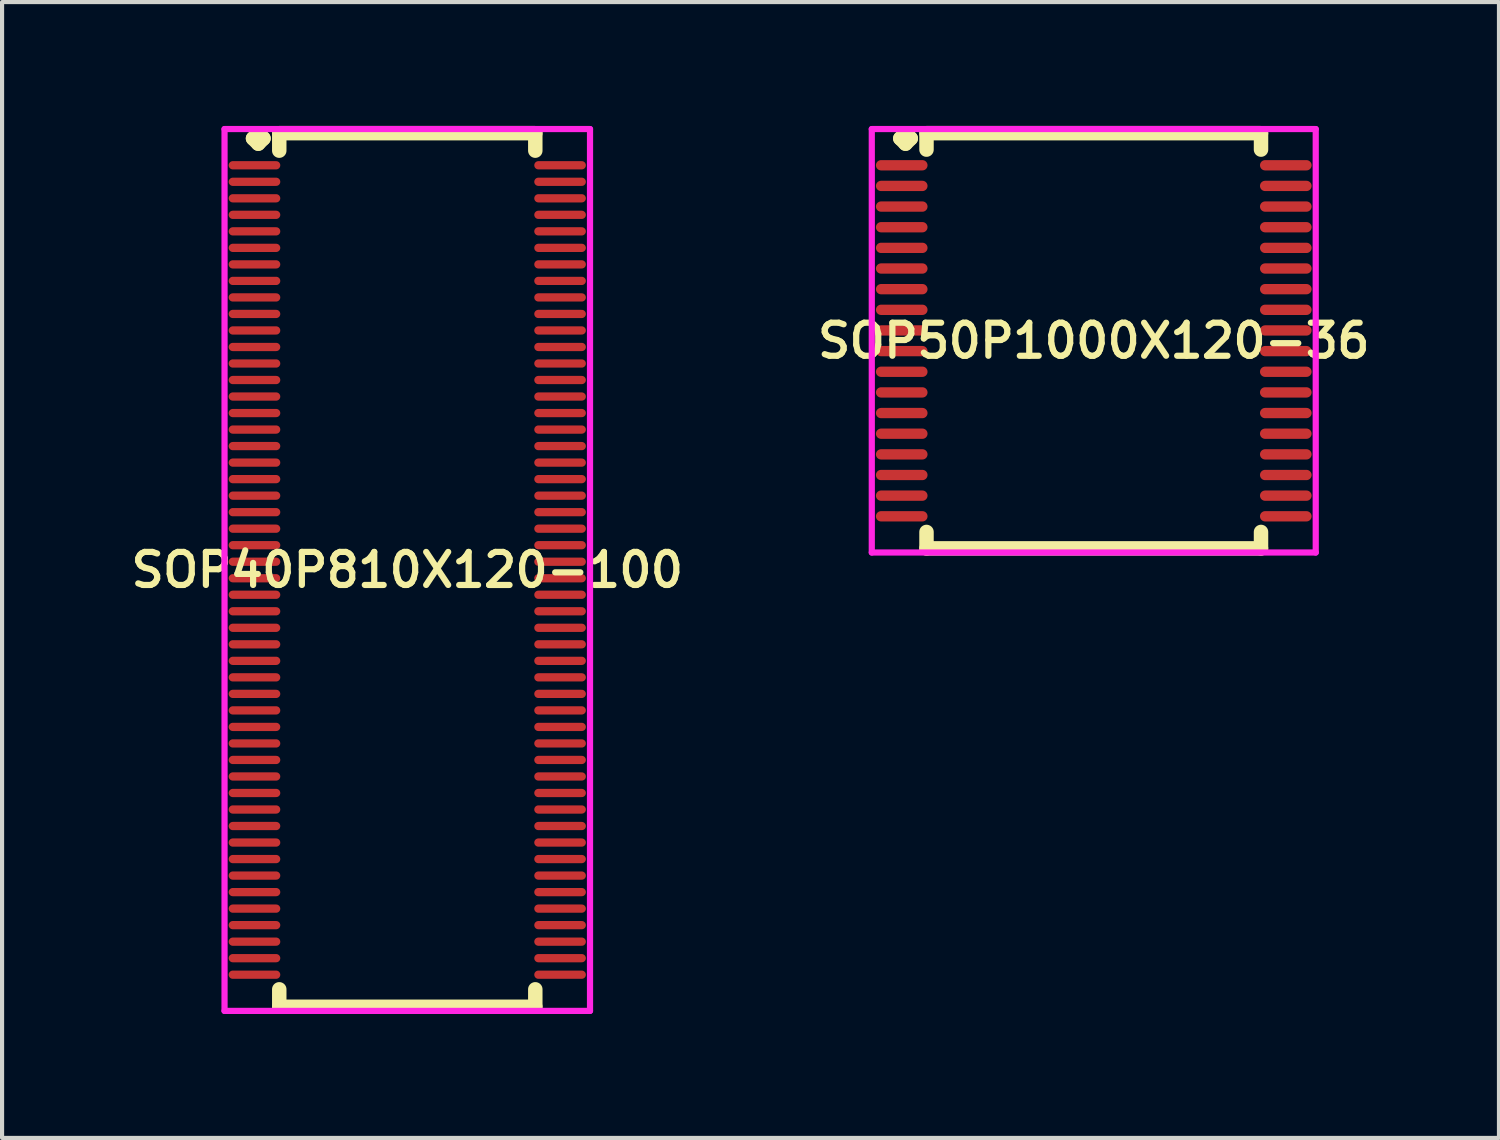
<source format=kicad_pcb>
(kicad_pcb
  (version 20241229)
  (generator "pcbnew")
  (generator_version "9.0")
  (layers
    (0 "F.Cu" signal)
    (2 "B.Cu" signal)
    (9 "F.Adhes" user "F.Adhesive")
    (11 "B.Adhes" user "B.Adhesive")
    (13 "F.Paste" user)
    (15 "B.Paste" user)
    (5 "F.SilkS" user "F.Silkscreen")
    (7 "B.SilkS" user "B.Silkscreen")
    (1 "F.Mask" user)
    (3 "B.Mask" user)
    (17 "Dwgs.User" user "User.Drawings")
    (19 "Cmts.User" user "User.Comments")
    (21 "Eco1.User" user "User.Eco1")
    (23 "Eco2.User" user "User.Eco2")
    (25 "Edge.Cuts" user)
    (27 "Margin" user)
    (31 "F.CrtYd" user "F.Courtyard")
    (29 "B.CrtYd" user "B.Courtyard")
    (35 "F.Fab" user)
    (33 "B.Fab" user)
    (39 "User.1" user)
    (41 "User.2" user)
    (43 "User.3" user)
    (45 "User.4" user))
  (footprint "SOP40P810X120-100"
    (layer "F.Cu")
    (at 6.812 10.752)
    (property "Reference" "SOP40P810X120-100" (at 0 0 0) (layer "F.SilkS") (effects (font (size 0.8 0.8) (thickness 0.15))))
    (attr smd)
    (fp_line (start -3.735 -10.45) (end -3.608 -10.577) (stroke (width 0.35) (type solid)) (layer "F.SilkS"))
    (fp_line (start -3.608 -10.577) (end -3.481 -10.45) (stroke (width 0.35) (type solid)) (layer "F.SilkS"))
    (fp_line (start -3.608 -10.323) (end -3.735 -10.45) (stroke (width 0.35) (type solid)) (layer "F.SilkS"))
    (fp_line (start -3.481 -10.45) (end -3.608 -10.323) (stroke (width 0.35) (type solid)) (layer "F.SilkS"))
    (fp_line (start -3.1 -10.577) (end 3.1 -10.577) (stroke (width 0.35) (type solid)) (layer "F.SilkS"))
    (fp_line (start -3.1 -10.154) (end -3.1 -10.577) (stroke (width 0.35) (type solid)) (layer "F.SilkS"))
    (fp_line (start -3.1 10.154) (end -3.1 10.577) (stroke (width 0.35) (type solid)) (layer "F.SilkS"))
    (fp_line (start -3.1 10.577) (end 3.1 10.577) (stroke (width 0.35) (type solid)) (layer "F.SilkS"))
    (fp_line (start 3.1 -10.577) (end 3.1 -10.154) (stroke (width 0.35) (type solid)) (layer "F.SilkS"))
    (fp_line (start 3.1 10.577) (end 3.1 10.154) (stroke (width 0.35) (type solid)) (layer "F.SilkS"))
    (fp_line (start -4.425 -10.677) (end 4.425 -10.677) (stroke (width 0.15) (type solid)) (layer "F.CrtYd"))
    (fp_line (start -4.425 10.677) (end -4.425 -10.677) (stroke (width 0.15) (type solid)) (layer "F.CrtYd"))
    (fp_line (start 4.425 -10.677) (end 4.425 10.677) (stroke (width 0.15) (type solid)) (layer "F.CrtYd"))
    (fp_line (start 4.425 10.677) (end -4.425 10.677) (stroke (width 0.15) (type solid)) (layer "F.CrtYd"))
    (pad "1" smd oval (at -3.7 -9.8) (size 1.25 0.2) (layers "F.Cu" "F.Mask" "F.Paste"))
    (pad "2" smd oval (at -3.7 -9.4) (size 1.25 0.2) (layers "F.Cu" "F.Mask" "F.Paste"))
    (pad "3" smd oval (at -3.7 -9) (size 1.25 0.2) (layers "F.Cu" "F.Mask" "F.Paste"))
    (pad "4" smd oval (at -3.7 -8.6) (size 1.25 0.2) (layers "F.Cu" "F.Mask" "F.Paste"))
    (pad "5" smd oval (at -3.7 -8.2) (size 1.25 0.2) (layers "F.Cu" "F.Mask" "F.Paste"))
    (pad "6" smd oval (at -3.7 -7.8) (size 1.25 0.2) (layers "F.Cu" "F.Mask" "F.Paste"))
    (pad "7" smd oval (at -3.7 -7.4) (size 1.25 0.2) (layers "F.Cu" "F.Mask" "F.Paste"))
    (pad "8" smd oval (at -3.7 -7) (size 1.25 0.2) (layers "F.Cu" "F.Mask" "F.Paste"))
    (pad "9" smd oval (at -3.7 -6.6) (size 1.25 0.2) (layers "F.Cu" "F.Mask" "F.Paste"))
    (pad "10" smd oval (at -3.7 -6.2) (size 1.25 0.2) (layers "F.Cu" "F.Mask" "F.Paste"))
    (pad "11" smd oval (at -3.7 -5.8) (size 1.25 0.2) (layers "F.Cu" "F.Mask" "F.Paste"))
    (pad "12" smd oval (at -3.7 -5.4) (size 1.25 0.2) (layers "F.Cu" "F.Mask" "F.Paste"))
    (pad "13" smd oval (at -3.7 -5) (size 1.25 0.2) (layers "F.Cu" "F.Mask" "F.Paste"))
    (pad "14" smd oval (at -3.7 -4.6) (size 1.25 0.2) (layers "F.Cu" "F.Mask" "F.Paste"))
    (pad "15" smd oval (at -3.7 -4.2) (size 1.25 0.2) (layers "F.Cu" "F.Mask" "F.Paste"))
    (pad "16" smd oval (at -3.7 -3.8) (size 1.25 0.2) (layers "F.Cu" "F.Mask" "F.Paste"))
    (pad "17" smd oval (at -3.7 -3.4) (size 1.25 0.2) (layers "F.Cu" "F.Mask" "F.Paste"))
    (pad "18" smd oval (at -3.7 -3) (size 1.25 0.2) (layers "F.Cu" "F.Mask" "F.Paste"))
    (pad "19" smd oval (at -3.7 -2.6) (size 1.25 0.2) (layers "F.Cu" "F.Mask" "F.Paste"))
    (pad "20" smd oval (at -3.7 -2.2) (size 1.25 0.2) (layers "F.Cu" "F.Mask" "F.Paste"))
    (pad "21" smd oval (at -3.7 -1.8) (size 1.25 0.2) (layers "F.Cu" "F.Mask" "F.Paste"))
    (pad "22" smd oval (at -3.7 -1.4) (size 1.25 0.2) (layers "F.Cu" "F.Mask" "F.Paste"))
    (pad "23" smd oval (at -3.7 -1) (size 1.25 0.2) (layers "F.Cu" "F.Mask" "F.Paste"))
    (pad "24" smd oval (at -3.7 -0.6) (size 1.25 0.2) (layers "F.Cu" "F.Mask" "F.Paste"))
    (pad "25" smd oval (at -3.7 -0.2) (size 1.25 0.2) (layers "F.Cu" "F.Mask" "F.Paste"))
    (pad "26" smd oval (at -3.7 0.2) (size 1.25 0.2) (layers "F.Cu" "F.Mask" "F.Paste"))
    (pad "27" smd oval (at -3.7 0.6) (size 1.25 0.2) (layers "F.Cu" "F.Mask" "F.Paste"))
    (pad "28" smd oval (at -3.7 1) (size 1.25 0.2) (layers "F.Cu" "F.Mask" "F.Paste"))
    (pad "29" smd oval (at -3.7 1.4) (size 1.25 0.2) (layers "F.Cu" "F.Mask" "F.Paste"))
    (pad "30" smd oval (at -3.7 1.8) (size 1.25 0.2) (layers "F.Cu" "F.Mask" "F.Paste"))
    (pad "31" smd oval (at -3.7 2.2) (size 1.25 0.2) (layers "F.Cu" "F.Mask" "F.Paste"))
    (pad "32" smd oval (at -3.7 2.6) (size 1.25 0.2) (layers "F.Cu" "F.Mask" "F.Paste"))
    (pad "33" smd oval (at -3.7 3) (size 1.25 0.2) (layers "F.Cu" "F.Mask" "F.Paste"))
    (pad "34" smd oval (at -3.7 3.4) (size 1.25 0.2) (layers "F.Cu" "F.Mask" "F.Paste"))
    (pad "35" smd oval (at -3.7 3.8) (size 1.25 0.2) (layers "F.Cu" "F.Mask" "F.Paste"))
    (pad "36" smd oval (at -3.7 4.2) (size 1.25 0.2) (layers "F.Cu" "F.Mask" "F.Paste"))
    (pad "37" smd oval (at -3.7 4.6) (size 1.25 0.2) (layers "F.Cu" "F.Mask" "F.Paste"))
    (pad "38" smd oval (at -3.7 5) (size 1.25 0.2) (layers "F.Cu" "F.Mask" "F.Paste"))
    (pad "39" smd oval (at -3.7 5.4) (size 1.25 0.2) (layers "F.Cu" "F.Mask" "F.Paste"))
    (pad "40" smd oval (at -3.7 5.8) (size 1.25 0.2) (layers "F.Cu" "F.Mask" "F.Paste"))
    (pad "41" smd oval (at -3.7 6.2) (size 1.25 0.2) (layers "F.Cu" "F.Mask" "F.Paste"))
    (pad "42" smd oval (at -3.7 6.6) (size 1.25 0.2) (layers "F.Cu" "F.Mask" "F.Paste"))
    (pad "43" smd oval (at -3.7 7) (size 1.25 0.2) (layers "F.Cu" "F.Mask" "F.Paste"))
    (pad "44" smd oval (at -3.7 7.4) (size 1.25 0.2) (layers "F.Cu" "F.Mask" "F.Paste"))
    (pad "45" smd oval (at -3.7 7.8) (size 1.25 0.2) (layers "F.Cu" "F.Mask" "F.Paste"))
    (pad "46" smd oval (at -3.7 8.2) (size 1.25 0.2) (layers "F.Cu" "F.Mask" "F.Paste"))
    (pad "47" smd oval (at -3.7 8.6) (size 1.25 0.2) (layers "F.Cu" "F.Mask" "F.Paste"))
    (pad "48" smd oval (at -3.7 9) (size 1.25 0.2) (layers "F.Cu" "F.Mask" "F.Paste"))
    (pad "49" smd oval (at -3.7 9.4) (size 1.25 0.2) (layers "F.Cu" "F.Mask" "F.Paste"))
    (pad "50" smd oval (at -3.7 9.8) (size 1.25 0.2) (layers "F.Cu" "F.Mask" "F.Paste"))
    (pad "51" smd oval (at 3.7 9.8) (size 1.25 0.2) (layers "F.Cu" "F.Mask" "F.Paste"))
    (pad "52" smd oval (at 3.7 9.4) (size 1.25 0.2) (layers "F.Cu" "F.Mask" "F.Paste"))
    (pad "53" smd oval (at 3.7 9) (size 1.25 0.2) (layers "F.Cu" "F.Mask" "F.Paste"))
    (pad "54" smd oval (at 3.7 8.6) (size 1.25 0.2) (layers "F.Cu" "F.Mask" "F.Paste"))
    (pad "55" smd oval (at 3.7 8.2) (size 1.25 0.2) (layers "F.Cu" "F.Mask" "F.Paste"))
    (pad "56" smd oval (at 3.7 7.8) (size 1.25 0.2) (layers "F.Cu" "F.Mask" "F.Paste"))
    (pad "57" smd oval (at 3.7 7.4) (size 1.25 0.2) (layers "F.Cu" "F.Mask" "F.Paste"))
    (pad "58" smd oval (at 3.7 7) (size 1.25 0.2) (layers "F.Cu" "F.Mask" "F.Paste"))
    (pad "59" smd oval (at 3.7 6.6) (size 1.25 0.2) (layers "F.Cu" "F.Mask" "F.Paste"))
    (pad "60" smd oval (at 3.7 6.2) (size 1.25 0.2) (layers "F.Cu" "F.Mask" "F.Paste"))
    (pad "61" smd oval (at 3.7 5.8) (size 1.25 0.2) (layers "F.Cu" "F.Mask" "F.Paste"))
    (pad "62" smd oval (at 3.7 5.4) (size 1.25 0.2) (layers "F.Cu" "F.Mask" "F.Paste"))
    (pad "63" smd oval (at 3.7 5) (size 1.25 0.2) (layers "F.Cu" "F.Mask" "F.Paste"))
    (pad "64" smd oval (at 3.7 4.6) (size 1.25 0.2) (layers "F.Cu" "F.Mask" "F.Paste"))
    (pad "65" smd oval (at 3.7 4.2) (size 1.25 0.2) (layers "F.Cu" "F.Mask" "F.Paste"))
    (pad "66" smd oval (at 3.7 3.8) (size 1.25 0.2) (layers "F.Cu" "F.Mask" "F.Paste"))
    (pad "67" smd oval (at 3.7 3.4) (size 1.25 0.2) (layers "F.Cu" "F.Mask" "F.Paste"))
    (pad "68" smd oval (at 3.7 3) (size 1.25 0.2) (layers "F.Cu" "F.Mask" "F.Paste"))
    (pad "69" smd oval (at 3.7 2.6) (size 1.25 0.2) (layers "F.Cu" "F.Mask" "F.Paste"))
    (pad "70" smd oval (at 3.7 2.2) (size 1.25 0.2) (layers "F.Cu" "F.Mask" "F.Paste"))
    (pad "71" smd oval (at 3.7 1.8) (size 1.25 0.2) (layers "F.Cu" "F.Mask" "F.Paste"))
    (pad "72" smd oval (at 3.7 1.4) (size 1.25 0.2) (layers "F.Cu" "F.Mask" "F.Paste"))
    (pad "73" smd oval (at 3.7 1) (size 1.25 0.2) (layers "F.Cu" "F.Mask" "F.Paste"))
    (pad "74" smd oval (at 3.7 0.6) (size 1.25 0.2) (layers "F.Cu" "F.Mask" "F.Paste"))
    (pad "75" smd oval (at 3.7 0.2) (size 1.25 0.2) (layers "F.Cu" "F.Mask" "F.Paste"))
    (pad "76" smd oval (at 3.7 -0.2) (size 1.25 0.2) (layers "F.Cu" "F.Mask" "F.Paste"))
    (pad "77" smd oval (at 3.7 -0.6) (size 1.25 0.2) (layers "F.Cu" "F.Mask" "F.Paste"))
    (pad "78" smd oval (at 3.7 -1) (size 1.25 0.2) (layers "F.Cu" "F.Mask" "F.Paste"))
    (pad "79" smd oval (at 3.7 -1.4) (size 1.25 0.2) (layers "F.Cu" "F.Mask" "F.Paste"))
    (pad "80" smd oval (at 3.7 -1.8) (size 1.25 0.2) (layers "F.Cu" "F.Mask" "F.Paste"))
    (pad "81" smd oval (at 3.7 -2.2) (size 1.25 0.2) (layers "F.Cu" "F.Mask" "F.Paste"))
    (pad "82" smd oval (at 3.7 -2.6) (size 1.25 0.2) (layers "F.Cu" "F.Mask" "F.Paste"))
    (pad "83" smd oval (at 3.7 -3) (size 1.25 0.2) (layers "F.Cu" "F.Mask" "F.Paste"))
    (pad "84" smd oval (at 3.7 -3.4) (size 1.25 0.2) (layers "F.Cu" "F.Mask" "F.Paste"))
    (pad "85" smd oval (at 3.7 -3.8) (size 1.25 0.2) (layers "F.Cu" "F.Mask" "F.Paste"))
    (pad "86" smd oval (at 3.7 -4.2) (size 1.25 0.2) (layers "F.Cu" "F.Mask" "F.Paste"))
    (pad "87" smd oval (at 3.7 -4.6) (size 1.25 0.2) (layers "F.Cu" "F.Mask" "F.Paste"))
    (pad "88" smd oval (at 3.7 -5) (size 1.25 0.2) (layers "F.Cu" "F.Mask" "F.Paste"))
    (pad "89" smd oval (at 3.7 -5.4) (size 1.25 0.2) (layers "F.Cu" "F.Mask" "F.Paste"))
    (pad "90" smd oval (at 3.7 -5.8) (size 1.25 0.2) (layers "F.Cu" "F.Mask" "F.Paste"))
    (pad "91" smd oval (at 3.7 -6.2) (size 1.25 0.2) (layers "F.Cu" "F.Mask" "F.Paste"))
    (pad "92" smd oval (at 3.7 -6.6) (size 1.25 0.2) (layers "F.Cu" "F.Mask" "F.Paste"))
    (pad "93" smd oval (at 3.7 -7) (size 1.25 0.2) (layers "F.Cu" "F.Mask" "F.Paste"))
    (pad "94" smd oval (at 3.7 -7.4) (size 1.25 0.2) (layers "F.Cu" "F.Mask" "F.Paste"))
    (pad "95" smd oval (at 3.7 -7.8) (size 1.25 0.2) (layers "F.Cu" "F.Mask" "F.Paste"))
    (pad "96" smd oval (at 3.7 -8.2) (size 1.25 0.2) (layers "F.Cu" "F.Mask" "F.Paste"))
    (pad "97" smd oval (at 3.7 -8.6) (size 1.25 0.2) (layers "F.Cu" "F.Mask" "F.Paste"))
    (pad "98" smd oval (at 3.7 -9) (size 1.25 0.2) (layers "F.Cu" "F.Mask" "F.Paste"))
    (pad "99" smd oval (at 3.7 -9.4) (size 1.25 0.2) (layers "F.Cu" "F.Mask" "F.Paste"))
    (pad "100" smd oval (at 3.7 -9.8) (size 1.25 0.2) (layers "F.Cu" "F.Mask" "F.Paste")))
  (footprint "SOP50P1000X120-36"
    (layer "F.Cu")
    (at 23.435 5.202)
    (property "Reference" "SOP50P1000X120-36" (at 0 0 0) (layer "F.SilkS") (effects (font (size 0.8 0.8) (thickness 0.15))))
    (attr smd)
    (fp_line (start -4.685 -4.9) (end -4.558 -5.027) (stroke (width 0.35) (type solid)) (layer "F.SilkS"))
    (fp_line (start -4.558 -5.027) (end -4.431 -4.9) (stroke (width 0.35) (type solid)) (layer "F.SilkS"))
    (fp_line (start -4.558 -4.773) (end -4.685 -4.9) (stroke (width 0.35) (type solid)) (layer "F.SilkS"))
    (fp_line (start -4.431 -4.9) (end -4.558 -4.773) (stroke (width 0.35) (type solid)) (layer "F.SilkS"))
    (fp_line (start -4.05 -5.027) (end 4.05 -5.027) (stroke (width 0.35) (type solid)) (layer "F.SilkS"))
    (fp_line (start -4.05 -4.629) (end -4.05 -5.027) (stroke (width 0.35) (type solid)) (layer "F.SilkS"))
    (fp_line (start -4.05 4.629) (end -4.05 5.027) (stroke (width 0.35) (type solid)) (layer "F.SilkS"))
    (fp_line (start -4.05 5.027) (end 4.05 5.027) (stroke (width 0.35) (type solid)) (layer "F.SilkS"))
    (fp_line (start 4.05 -5.027) (end 4.05 -4.629) (stroke (width 0.35) (type solid)) (layer "F.SilkS"))
    (fp_line (start 4.05 5.027) (end 4.05 4.629) (stroke (width 0.35) (type solid)) (layer "F.SilkS"))
    (fp_line (start -5.375 -5.127) (end 5.375 -5.127) (stroke (width 0.15) (type solid)) (layer "F.CrtYd"))
    (fp_line (start -5.375 5.127) (end -5.375 -5.127) (stroke (width 0.15) (type solid)) (layer "F.CrtYd"))
    (fp_line (start 5.375 -5.127) (end 5.375 5.127) (stroke (width 0.15) (type solid)) (layer "F.CrtYd"))
    (fp_line (start 5.375 5.127) (end -5.375 5.127) (stroke (width 0.15) (type solid)) (layer "F.CrtYd"))
    (pad "1" smd oval (at -4.65 -4.25) (size 1.25 0.25) (layers "F.Cu" "F.Mask" "F.Paste"))
    (pad "2" smd oval (at -4.65 -3.75) (size 1.25 0.25) (layers "F.Cu" "F.Mask" "F.Paste"))
    (pad "3" smd oval (at -4.65 -3.25) (size 1.25 0.25) (layers "F.Cu" "F.Mask" "F.Paste"))
    (pad "4" smd oval (at -4.65 -2.75) (size 1.25 0.25) (layers "F.Cu" "F.Mask" "F.Paste"))
    (pad "5" smd oval (at -4.65 -2.25) (size 1.25 0.25) (layers "F.Cu" "F.Mask" "F.Paste"))
    (pad "6" smd oval (at -4.65 -1.75) (size 1.25 0.25) (layers "F.Cu" "F.Mask" "F.Paste"))
    (pad "7" smd oval (at -4.65 -1.25) (size 1.25 0.25) (layers "F.Cu" "F.Mask" "F.Paste"))
    (pad "8" smd oval (at -4.65 -0.75) (size 1.25 0.25) (layers "F.Cu" "F.Mask" "F.Paste"))
    (pad "9" smd oval (at -4.65 -0.25) (size 1.25 0.25) (layers "F.Cu" "F.Mask" "F.Paste"))
    (pad "10" smd oval (at -4.65 0.25) (size 1.25 0.25) (layers "F.Cu" "F.Mask" "F.Paste"))
    (pad "11" smd oval (at -4.65 0.75) (size 1.25 0.25) (layers "F.Cu" "F.Mask" "F.Paste"))
    (pad "12" smd oval (at -4.65 1.25) (size 1.25 0.25) (layers "F.Cu" "F.Mask" "F.Paste"))
    (pad "13" smd oval (at -4.65 1.75) (size 1.25 0.25) (layers "F.Cu" "F.Mask" "F.Paste"))
    (pad "14" smd oval (at -4.65 2.25) (size 1.25 0.25) (layers "F.Cu" "F.Mask" "F.Paste"))
    (pad "15" smd oval (at -4.65 2.75) (size 1.25 0.25) (layers "F.Cu" "F.Mask" "F.Paste"))
    (pad "16" smd oval (at -4.65 3.25) (size 1.25 0.25) (layers "F.Cu" "F.Mask" "F.Paste"))
    (pad "17" smd oval (at -4.65 3.75) (size 1.25 0.25) (layers "F.Cu" "F.Mask" "F.Paste"))
    (pad "18" smd oval (at -4.65 4.25) (size 1.25 0.25) (layers "F.Cu" "F.Mask" "F.Paste"))
    (pad "19" smd oval (at 4.65 4.25) (size 1.25 0.25) (layers "F.Cu" "F.Mask" "F.Paste"))
    (pad "20" smd oval (at 4.65 3.75) (size 1.25 0.25) (layers "F.Cu" "F.Mask" "F.Paste"))
    (pad "21" smd oval (at 4.65 3.25) (size 1.25 0.25) (layers "F.Cu" "F.Mask" "F.Paste"))
    (pad "22" smd oval (at 4.65 2.75) (size 1.25 0.25) (layers "F.Cu" "F.Mask" "F.Paste"))
    (pad "23" smd oval (at 4.65 2.25) (size 1.25 0.25) (layers "F.Cu" "F.Mask" "F.Paste"))
    (pad "24" smd oval (at 4.65 1.75) (size 1.25 0.25) (layers "F.Cu" "F.Mask" "F.Paste"))
    (pad "25" smd oval (at 4.65 1.25) (size 1.25 0.25) (layers "F.Cu" "F.Mask" "F.Paste"))
    (pad "26" smd oval (at 4.65 0.75) (size 1.25 0.25) (layers "F.Cu" "F.Mask" "F.Paste"))
    (pad "27" smd oval (at 4.65 0.25) (size 1.25 0.25) (layers "F.Cu" "F.Mask" "F.Paste"))
    (pad "28" smd oval (at 4.65 -0.25) (size 1.25 0.25) (layers "F.Cu" "F.Mask" "F.Paste"))
    (pad "29" smd oval (at 4.65 -0.75) (size 1.25 0.25) (layers "F.Cu" "F.Mask" "F.Paste"))
    (pad "30" smd oval (at 4.65 -1.25) (size 1.25 0.25) (layers "F.Cu" "F.Mask" "F.Paste"))
    (pad "31" smd oval (at 4.65 -1.75) (size 1.25 0.25) (layers "F.Cu" "F.Mask" "F.Paste"))
    (pad "32" smd oval (at 4.65 -2.25) (size 1.25 0.25) (layers "F.Cu" "F.Mask" "F.Paste"))
    (pad "33" smd oval (at 4.65 -2.75) (size 1.25 0.25) (layers "F.Cu" "F.Mask" "F.Paste"))
    (pad "34" smd oval (at 4.65 -3.25) (size 1.25 0.25) (layers "F.Cu" "F.Mask" "F.Paste"))
    (pad "35" smd oval (at 4.65 -3.75) (size 1.25 0.25) (layers "F.Cu" "F.Mask" "F.Paste"))
    (pad "36" smd oval (at 4.65 -4.25) (size 1.25 0.25) (layers "F.Cu" "F.Mask" "F.Paste")))
  (gr_rect
    (start -3 -3)
    (end 33.247 24.504)
    (stroke (width 0.1) (type default))
    (fill no)
    (layer "Edge.Cuts")))
</source>
